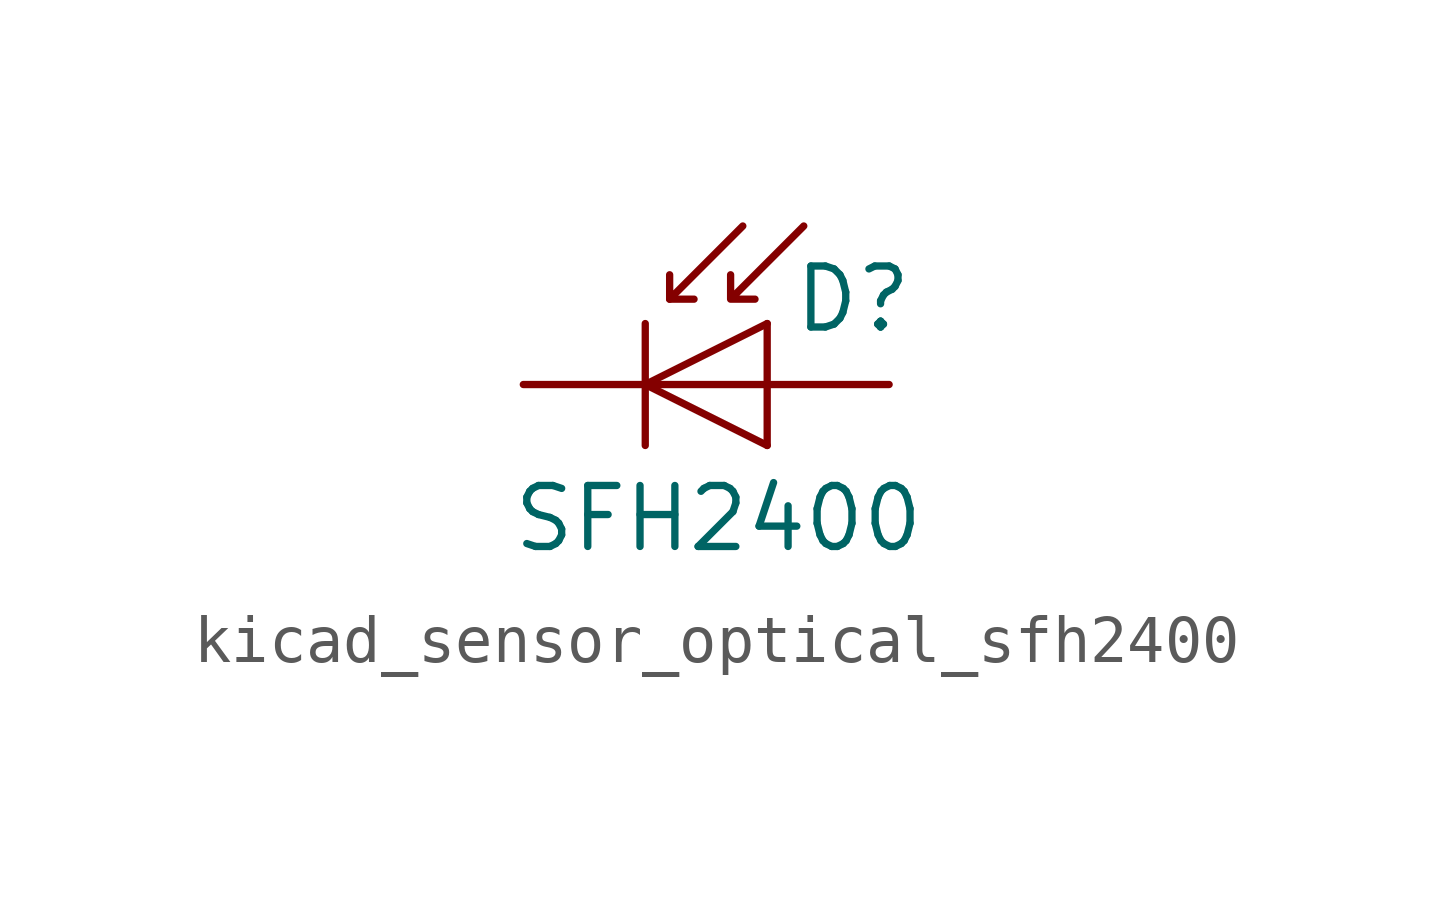
<source format=kicad_sym>
(kicad_symbol_lib
  (version 20220914)
  (generator kicad_symbol_editor)
  (symbol "kicad_sensor_optical_sfh2400"
    (pin_numbers hide)
    (pin_names hide)
    (property "Reference" "D"
      (at 0.508 1.778 0)
      (effects (font (size 1.27 1.27)) (justify left)))
    (property "Value" "SFH2400"
      (at -1.016 -2.794 0)
      (effects (font (size 1.27 1.27))))
    (symbol "kicad_sensor_optical_sfh2400_0_1"
      (polyline (pts (xy -2.54 1.27) (xy -2.54 -1.27)) (stroke (width 0.152) (type default)) (fill (type none)))
      (polyline (pts (xy -2.032 1.778) (xy -1.524 1.778)) (stroke (width 0) (type default)) (fill (type none)))
      (polyline (pts (xy 0 0) (xy -2.54 0)) (stroke (width 0) (type default)) (fill (type none)))
      (polyline (pts (xy 0 1.27) (xy 0 -1.27)) (stroke (width 0) (type default)) (fill (type none)))
      (polyline (pts (xy -0.508 3.302) (xy -2.032 1.778) (xy -2.032 2.286)) (stroke (width 0) (type default)) (fill (type none)))
      (polyline (pts (xy 0 1.27) (xy -2.54 0) (xy 0 -1.27)) (stroke (width 0) (type default)) (fill (type none)))
      (polyline (pts (xy 0.762 3.302) (xy -0.762 1.778) (xy -0.762 2.286) (xy -0.762 1.778) (xy -0.254 1.778)) (stroke (width 0) (type default)) (fill (type none))))
    (symbol "kicad_sensor_optical_sfh2400_1_1"
      (pin passive line (at -5.08 0 0) (length 2.54) (name "K" (effects (font (size 1.27 1.27)))) (number "1" (effects (font (size 1.27 1.27)))))
      (pin passive line (at 2.54 0 180) (length 2.54) (name "A" (effects (font (size 1.27 1.27)))) (number "2" (effects (font (size 1.27 1.27))))))))
</source>
